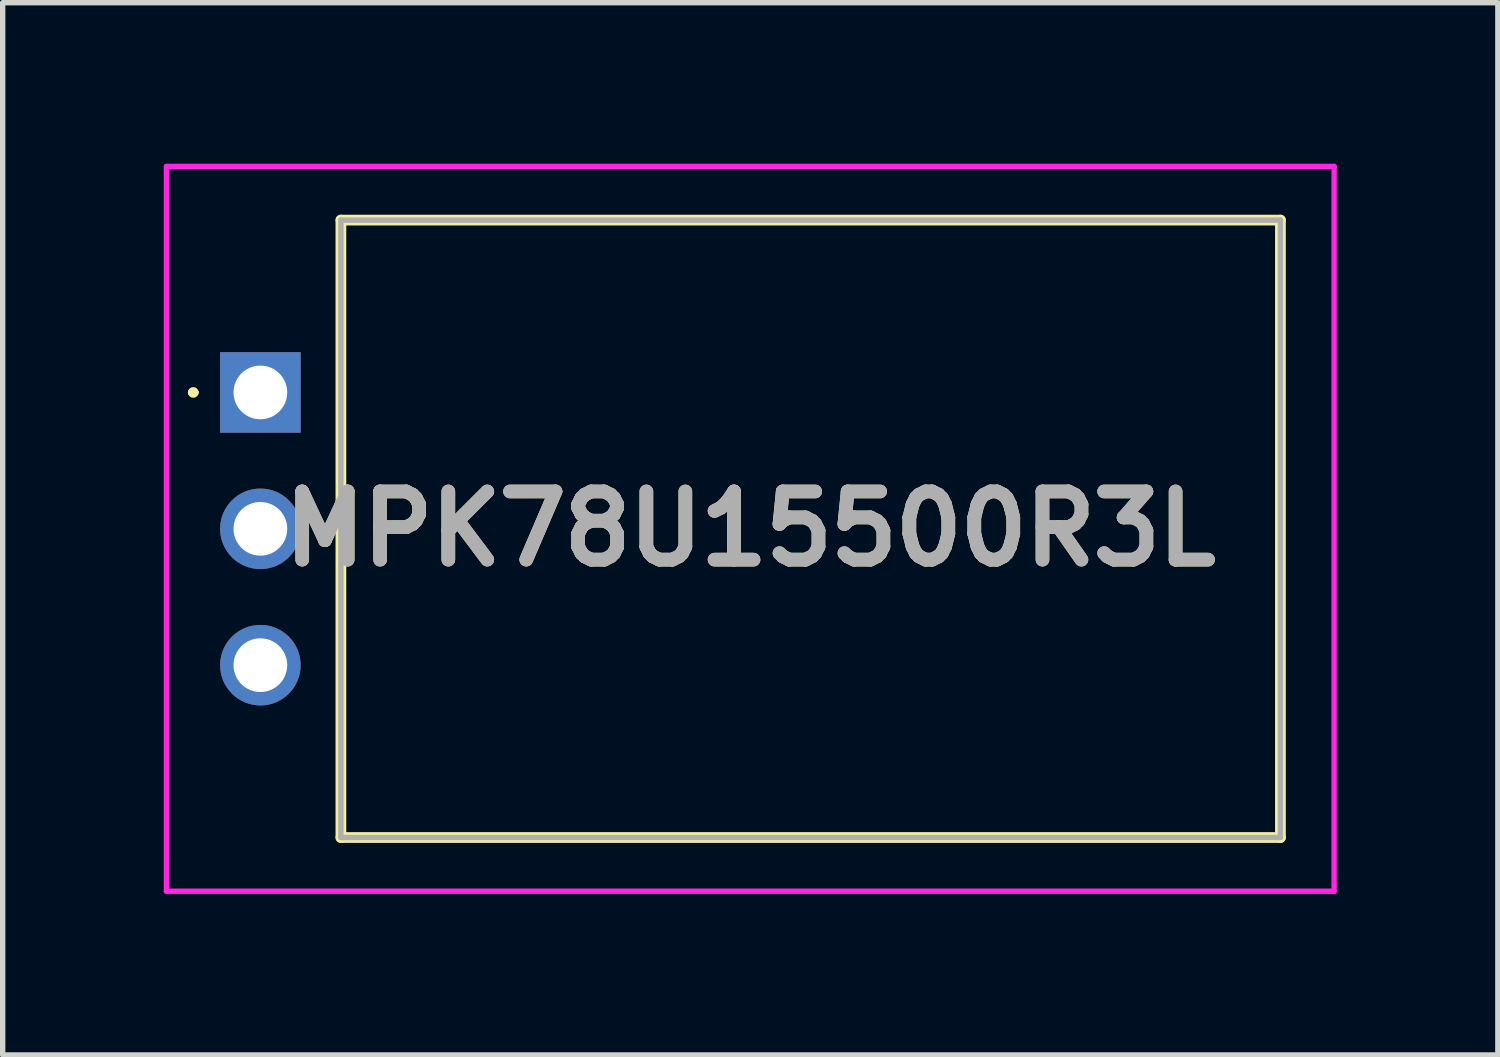
<source format=kicad_pcb>
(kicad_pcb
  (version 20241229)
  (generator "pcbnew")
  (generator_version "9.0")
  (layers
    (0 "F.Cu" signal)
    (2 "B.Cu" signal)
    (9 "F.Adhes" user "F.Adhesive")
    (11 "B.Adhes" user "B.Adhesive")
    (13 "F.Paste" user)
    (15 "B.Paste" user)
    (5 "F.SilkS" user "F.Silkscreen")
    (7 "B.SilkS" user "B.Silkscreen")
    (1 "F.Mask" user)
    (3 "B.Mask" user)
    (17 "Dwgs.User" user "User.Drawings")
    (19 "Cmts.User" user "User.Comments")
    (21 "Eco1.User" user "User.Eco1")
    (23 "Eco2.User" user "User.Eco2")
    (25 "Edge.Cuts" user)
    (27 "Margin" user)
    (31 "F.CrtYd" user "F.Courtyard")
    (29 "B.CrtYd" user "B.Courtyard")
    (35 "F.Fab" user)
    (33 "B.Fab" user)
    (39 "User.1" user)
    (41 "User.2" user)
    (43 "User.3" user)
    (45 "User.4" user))
  (footprint "MPK78U15500R3L"
    (layer "F.Cu")
    (at 1.8 4.26)
    (property "Reference" "MPK78U15500R3L" (at 9.125 2.54 0) (layer "F.SilkS") (effects (font (size 1.27 1.27) (thickness 0.254))))
    (attr through_hole)
    (fp_line (start -1.3 0) (end -1.3 0) (stroke (width 0.1) (type solid)) (layer "F.SilkS"))
    (fp_line (start -1.2 0) (end -1.2 0) (stroke (width 0.1) (type solid)) (layer "F.SilkS"))
    (fp_line (start 1.5 -3.21) (end 19 -3.21) (stroke (width 0.2) (type solid)) (layer "F.SilkS"))
    (fp_line (start 1.5 8.29) (end 1.5 -3.21) (stroke (width 0.2) (type solid)) (layer "F.SilkS"))
    (fp_line (start 19 -3.21) (end 19 8.29) (stroke (width 0.2) (type solid)) (layer "F.SilkS"))
    (fp_line (start 19 8.29) (end 1.5 8.29) (stroke (width 0.2) (type solid)) (layer "F.SilkS"))
    (fp_arc (start -1.3 0) (mid -1.25 -0.05) (end -1.2 0) (stroke (width 0.1) (type solid)) (layer "F.SilkS"))
    (fp_arc (start -1.2 0) (mid -1.25 0.05) (end -1.3 0) (stroke (width 0.1) (type solid)) (layer "F.SilkS"))
    (fp_line (start -1.75 -4.21) (end 20 -4.21) (stroke (width 0.1) (type solid)) (layer "F.CrtYd"))
    (fp_line (start -1.75 9.29) (end -1.75 -4.21) (stroke (width 0.1) (type solid)) (layer "F.CrtYd"))
    (fp_line (start 20 -4.21) (end 20 9.29) (stroke (width 0.1) (type solid)) (layer "F.CrtYd"))
    (fp_line (start 20 9.29) (end -1.75 9.29) (stroke (width 0.1) (type solid)) (layer "F.CrtYd"))
    (fp_line (start 1.5 -3.21) (end 19 -3.21) (stroke (width 0.1) (type solid)) (layer "F.Fab"))
    (fp_line (start 1.5 8.29) (end 1.5 -3.21) (stroke (width 0.1) (type solid)) (layer "F.Fab"))
    (fp_line (start 19 -3.21) (end 19 8.29) (stroke (width 0.1) (type solid)) (layer "F.Fab"))
    (fp_line (start 19 8.29) (end 1.5 8.29) (stroke (width 0.1) (type solid)) (layer "F.Fab"))
    (fp_text user "${REFERENCE}" (at 9.125 2.54 0) (layer "F.Fab") (effects (font (size 1.27 1.27) (thickness 0.254))))
    (pad "1" thru_hole rect (at 0 0) (size 1.5 1.5) (drill 1) (layers "*.Cu" "*.Mask"))
    (pad "2" thru_hole circle (at 0 2.54) (size 1.5 1.5) (drill 1) (layers "*.Cu" "*.Mask"))
    (pad "3" thru_hole circle (at 0 5.08) (size 1.5 1.5) (drill 1) (layers "*.Cu" "*.Mask")))
  (gr_rect
    (start -3 -3)
    (end 24.85 16.6)
    (stroke (width 0.1) (type default))
    (fill no)
    (layer "Edge.Cuts")))
</source>
